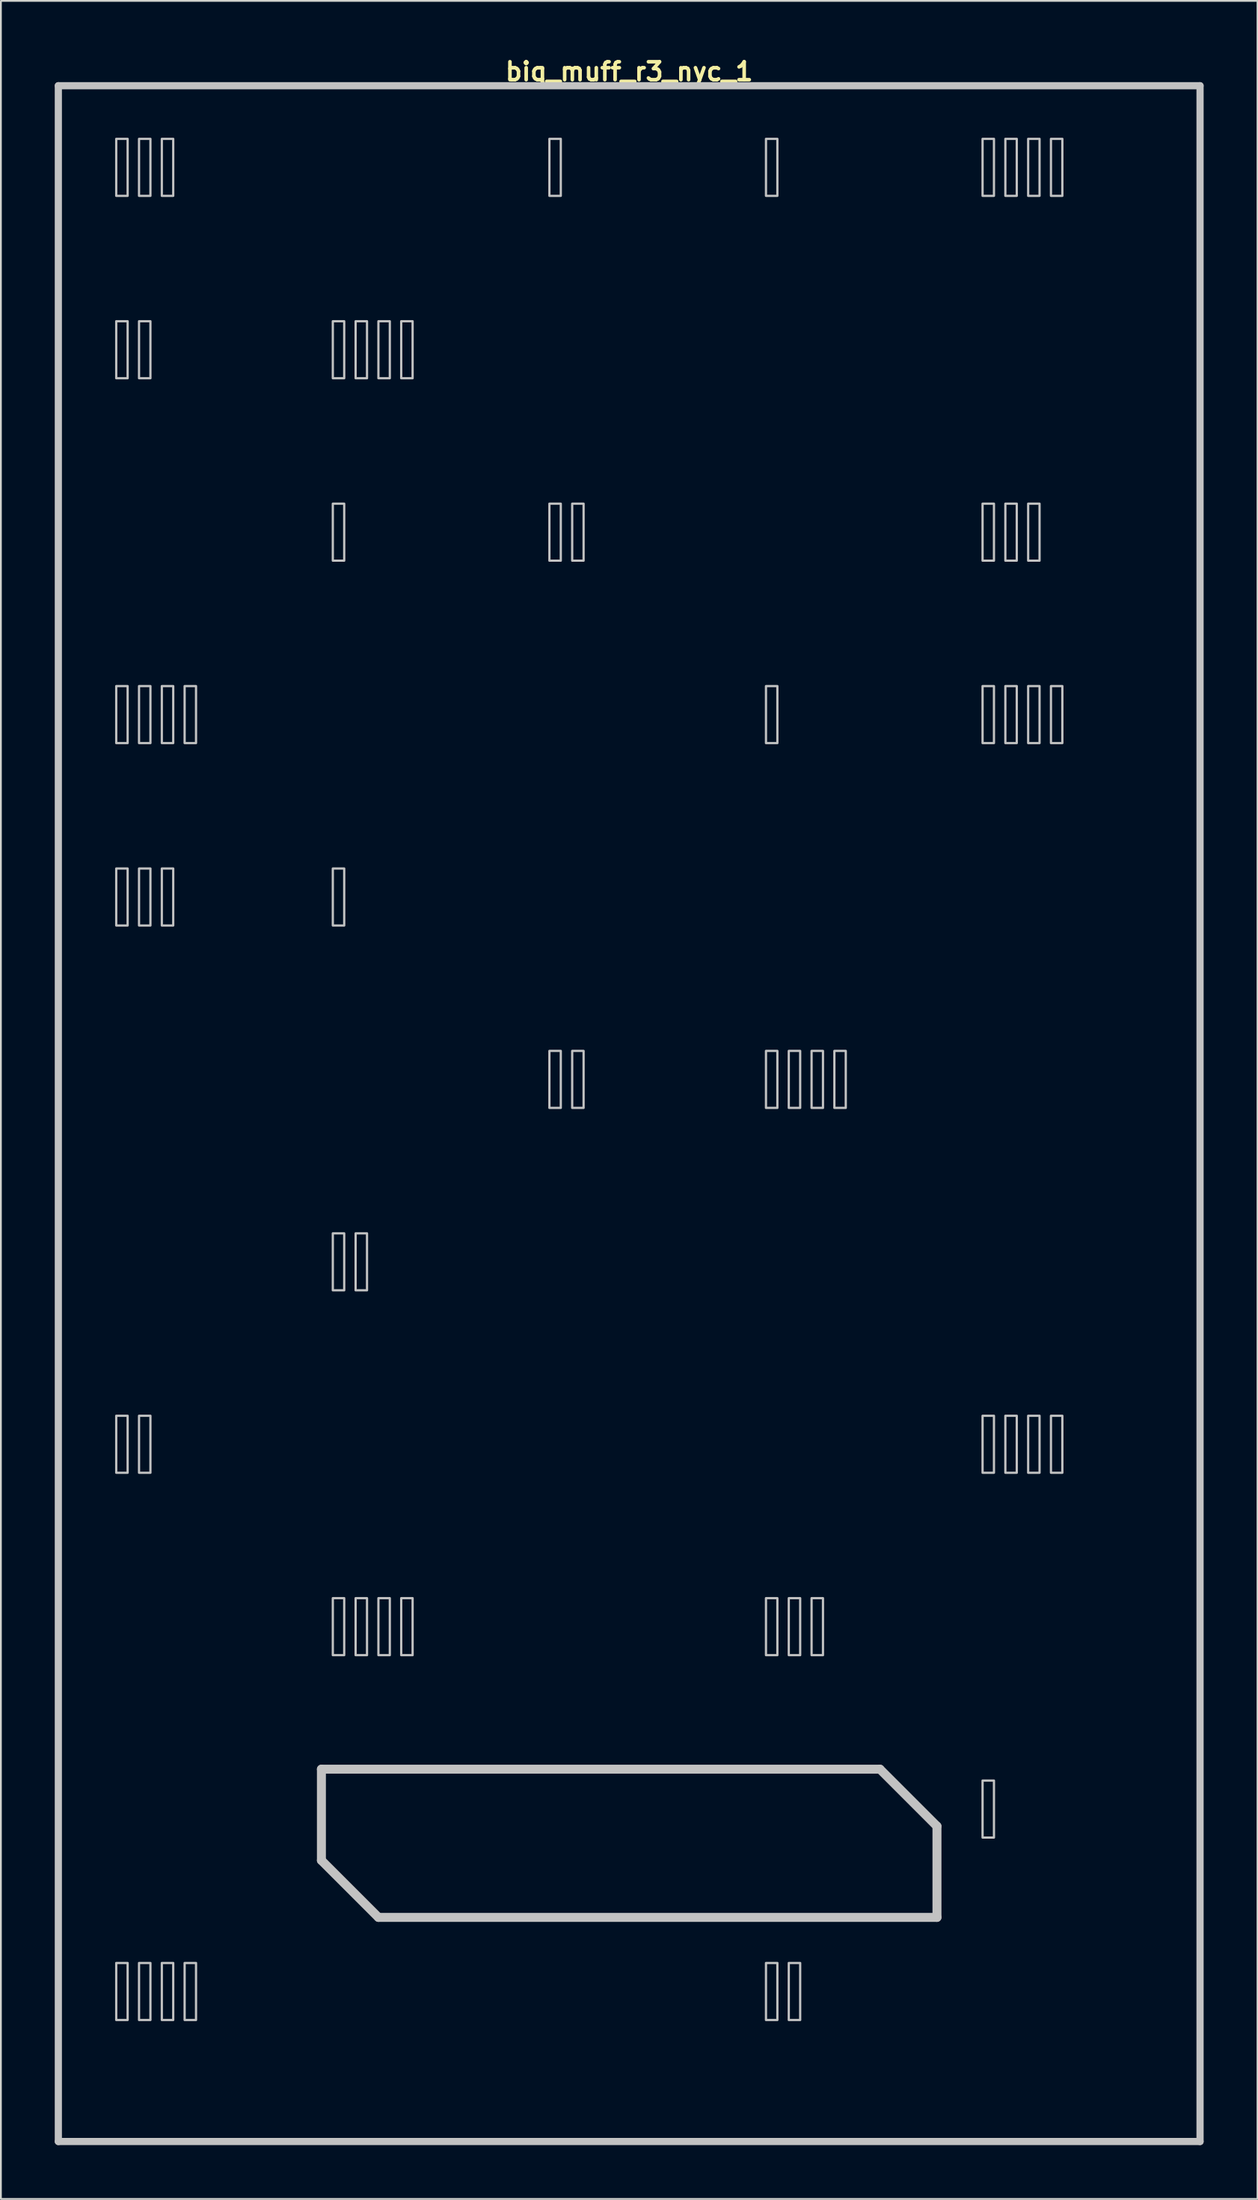
<source format=kicad_pcb>
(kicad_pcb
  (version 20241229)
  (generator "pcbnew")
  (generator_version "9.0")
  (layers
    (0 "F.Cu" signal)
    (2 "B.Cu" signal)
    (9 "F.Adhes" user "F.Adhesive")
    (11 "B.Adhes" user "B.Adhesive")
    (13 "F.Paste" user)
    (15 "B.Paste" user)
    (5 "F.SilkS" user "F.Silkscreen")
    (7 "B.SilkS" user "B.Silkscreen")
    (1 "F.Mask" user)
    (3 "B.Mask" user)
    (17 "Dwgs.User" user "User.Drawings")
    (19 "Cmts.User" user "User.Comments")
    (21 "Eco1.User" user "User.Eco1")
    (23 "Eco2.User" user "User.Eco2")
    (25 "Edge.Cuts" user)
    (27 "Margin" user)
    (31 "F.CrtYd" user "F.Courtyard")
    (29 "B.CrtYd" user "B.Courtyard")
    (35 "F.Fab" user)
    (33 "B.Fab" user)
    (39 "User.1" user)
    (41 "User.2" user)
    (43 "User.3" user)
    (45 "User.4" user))
  (footprint "big_muff_r3_nyc_1"
    (layer "F.Cu")
    (at 32 58.975)
    (property "Reference" "big_muff_r3_nyc_1" (at 0 -58.039 0) (layer "F.SilkS") (effects (font (size 1 1) (thickness 0.2))))
    (attr through_hole)
    (fp_line (start -31.8 -57.25) (end -31.8 57.25) (stroke (width 0.4) (type solid)) (layer "Dwgs.User"))
    (fp_line (start -31.8 -57.25) (end 31.8 -57.25) (stroke (width 0.4) (type solid)) (layer "Dwgs.User"))
    (fp_line (start -31.8 57.25) (end 31.8 57.25) (stroke (width 0.4) (type solid)) (layer "Dwgs.User"))
    (fp_line (start -17.145 36.513) (end -17.145 41.593) (stroke (width 0.5) (type solid)) (layer "Dwgs.User"))
    (fp_line (start -17.145 36.513) (end 13.97 36.513) (stroke (width 0.5) (type solid)) (layer "Dwgs.User"))
    (fp_line (start -17.145 41.593) (end -13.97 44.767) (stroke (width 0.5) (type solid)) (layer "Dwgs.User"))
    (fp_line (start -13.97 44.767) (end 17.145 44.767) (stroke (width 0.5) (type solid)) (layer "Dwgs.User"))
    (fp_line (start 13.97 36.513) (end 17.145 39.688) (stroke (width 0.5) (type solid)) (layer "Dwgs.User"))
    (fp_line (start 17.145 39.688) (end 17.145 44.767) (stroke (width 0.5) (type solid)) (layer "Dwgs.User"))
    (fp_line (start 31.8 -57.25) (end 31.8 57.25) (stroke (width 0.4) (type solid)) (layer "Dwgs.User"))
    (fp_poly (pts (xy -27.94 -51.117) (xy -28.575 -51.117) (xy -28.575 -54.292) (xy -27.94 -54.292)) (stroke (width 0.125) (type solid)) (fill no) (layer "Dwgs.User"))
    (fp_poly (pts (xy -27.94 -40.958) (xy -28.575 -40.958) (xy -28.575 -44.133) (xy -27.94 -44.133)) (stroke (width 0.125) (type solid)) (fill no) (layer "Dwgs.User"))
    (fp_poly (pts (xy -27.94 -20.637) (xy -28.575 -20.637) (xy -28.575 -23.812) (xy -27.94 -23.812)) (stroke (width 0.125) (type solid)) (fill no) (layer "Dwgs.User"))
    (fp_poly (pts (xy -27.94 -10.477) (xy -28.575 -10.477) (xy -28.575 -13.652) (xy -27.94 -13.652)) (stroke (width 0.125) (type solid)) (fill no) (layer "Dwgs.User"))
    (fp_poly (pts (xy -27.94 20.003) (xy -28.575 20.003) (xy -28.575 16.828) (xy -27.94 16.828)) (stroke (width 0.125) (type solid)) (fill no) (layer "Dwgs.User"))
    (fp_poly (pts (xy -27.94 50.483) (xy -28.575 50.483) (xy -28.575 47.307) (xy -27.94 47.307)) (stroke (width 0.125) (type solid)) (fill no) (layer "Dwgs.User"))
    (fp_poly (pts (xy -26.67 -51.117) (xy -27.305 -51.117) (xy -27.305 -54.292) (xy -26.67 -54.292)) (stroke (width 0.125) (type solid)) (fill no) (layer "Dwgs.User"))
    (fp_poly (pts (xy -26.67 -40.958) (xy -27.305 -40.958) (xy -27.305 -44.133) (xy -26.67 -44.133)) (stroke (width 0.125) (type solid)) (fill no) (layer "Dwgs.User"))
    (fp_poly (pts (xy -26.67 -20.637) (xy -27.305 -20.637) (xy -27.305 -23.812) (xy -26.67 -23.812)) (stroke (width 0.125) (type solid)) (fill no) (layer "Dwgs.User"))
    (fp_poly (pts (xy -26.67 -10.477) (xy -27.305 -10.477) (xy -27.305 -13.652) (xy -26.67 -13.652)) (stroke (width 0.125) (type solid)) (fill no) (layer "Dwgs.User"))
    (fp_poly (pts (xy -26.67 20.003) (xy -27.305 20.003) (xy -27.305 16.828) (xy -26.67 16.828)) (stroke (width 0.125) (type solid)) (fill no) (layer "Dwgs.User"))
    (fp_poly (pts (xy -26.67 50.483) (xy -27.305 50.483) (xy -27.305 47.307) (xy -26.67 47.307)) (stroke (width 0.125) (type solid)) (fill no) (layer "Dwgs.User"))
    (fp_poly (pts (xy -25.4 -51.117) (xy -26.035 -51.117) (xy -26.035 -54.292) (xy -25.4 -54.292)) (stroke (width 0.125) (type solid)) (fill no) (layer "Dwgs.User"))
    (fp_poly (pts (xy -25.4 -20.637) (xy -26.035 -20.637) (xy -26.035 -23.812) (xy -25.4 -23.812)) (stroke (width 0.125) (type solid)) (fill no) (layer "Dwgs.User"))
    (fp_poly (pts (xy -25.4 -10.477) (xy -26.035 -10.477) (xy -26.035 -13.652) (xy -25.4 -13.652)) (stroke (width 0.125) (type solid)) (fill no) (layer "Dwgs.User"))
    (fp_poly (pts (xy -25.4 50.483) (xy -26.035 50.483) (xy -26.035 47.307) (xy -25.4 47.307)) (stroke (width 0.125) (type solid)) (fill no) (layer "Dwgs.User"))
    (fp_poly (pts (xy -24.13 -20.637) (xy -24.765 -20.637) (xy -24.765 -23.812) (xy -24.13 -23.812)) (stroke (width 0.125) (type solid)) (fill no) (layer "Dwgs.User"))
    (fp_poly (pts (xy -24.13 50.483) (xy -24.765 50.483) (xy -24.765 47.307) (xy -24.13 47.307)) (stroke (width 0.125) (type solid)) (fill no) (layer "Dwgs.User"))
    (fp_poly (pts (xy -15.875 -40.958) (xy -16.51 -40.958) (xy -16.51 -44.133) (xy -15.875 -44.133)) (stroke (width 0.125) (type solid)) (fill no) (layer "Dwgs.User"))
    (fp_poly (pts (xy -15.875 -30.797) (xy -16.51 -30.797) (xy -16.51 -33.972) (xy -15.875 -33.972)) (stroke (width 0.125) (type solid)) (fill no) (layer "Dwgs.User"))
    (fp_poly (pts (xy -15.875 -10.477) (xy -16.51 -10.477) (xy -16.51 -13.652) (xy -15.875 -13.652)) (stroke (width 0.125) (type solid)) (fill no) (layer "Dwgs.User"))
    (fp_poly (pts (xy -15.875 9.842) (xy -16.51 9.842) (xy -16.51 6.668) (xy -15.875 6.668)) (stroke (width 0.125) (type solid)) (fill no) (layer "Dwgs.User"))
    (fp_poly (pts (xy -15.875 30.163) (xy -16.51 30.163) (xy -16.51 26.988) (xy -15.875 26.988)) (stroke (width 0.125) (type solid)) (fill no) (layer "Dwgs.User"))
    (fp_poly (pts (xy -14.605 -40.958) (xy -15.24 -40.958) (xy -15.24 -44.133) (xy -14.605 -44.133)) (stroke (width 0.125) (type solid)) (fill no) (layer "Dwgs.User"))
    (fp_poly (pts (xy -14.605 9.842) (xy -15.24 9.842) (xy -15.24 6.668) (xy -14.605 6.668)) (stroke (width 0.125) (type solid)) (fill no) (layer "Dwgs.User"))
    (fp_poly (pts (xy -14.605 30.163) (xy -15.24 30.163) (xy -15.24 26.988) (xy -14.605 26.988)) (stroke (width 0.125) (type solid)) (fill no) (layer "Dwgs.User"))
    (fp_poly (pts (xy -13.335 -40.958) (xy -13.97 -40.958) (xy -13.97 -44.133) (xy -13.335 -44.133)) (stroke (width 0.125) (type solid)) (fill no) (layer "Dwgs.User"))
    (fp_poly (pts (xy -13.335 30.163) (xy -13.97 30.163) (xy -13.97 26.988) (xy -13.335 26.988)) (stroke (width 0.125) (type solid)) (fill no) (layer "Dwgs.User"))
    (fp_poly (pts (xy -12.065 -40.958) (xy -12.7 -40.958) (xy -12.7 -44.133) (xy -12.065 -44.133)) (stroke (width 0.125) (type solid)) (fill no) (layer "Dwgs.User"))
    (fp_poly (pts (xy -12.065 30.163) (xy -12.7 30.163) (xy -12.7 26.988) (xy -12.065 26.988)) (stroke (width 0.125) (type solid)) (fill no) (layer "Dwgs.User"))
    (fp_poly (pts (xy -3.81 -51.117) (xy -4.445 -51.117) (xy -4.445 -54.292) (xy -3.81 -54.292)) (stroke (width 0.125) (type solid)) (fill no) (layer "Dwgs.User"))
    (fp_poly (pts (xy -3.81 -30.797) (xy -4.445 -30.797) (xy -4.445 -33.972) (xy -3.81 -33.972)) (stroke (width 0.125) (type solid)) (fill no) (layer "Dwgs.User"))
    (fp_poly (pts (xy -3.81 -0.318) (xy -4.445 -0.318) (xy -4.445 -3.493) (xy -3.81 -3.493)) (stroke (width 0.125) (type solid)) (fill no) (layer "Dwgs.User"))
    (fp_poly (pts (xy -2.54 -30.797) (xy -3.175 -30.797) (xy -3.175 -33.972) (xy -2.54 -33.972)) (stroke (width 0.125) (type solid)) (fill no) (layer "Dwgs.User"))
    (fp_poly (pts (xy -2.54 -0.318) (xy -3.175 -0.318) (xy -3.175 -3.493) (xy -2.54 -3.493)) (stroke (width 0.125) (type solid)) (fill no) (layer "Dwgs.User"))
    (fp_poly (pts (xy 8.255 -51.117) (xy 7.62 -51.117) (xy 7.62 -54.292) (xy 8.255 -54.292)) (stroke (width 0.125) (type solid)) (fill no) (layer "Dwgs.User"))
    (fp_poly (pts (xy 8.255 -20.637) (xy 7.62 -20.637) (xy 7.62 -23.812) (xy 8.255 -23.812)) (stroke (width 0.125) (type solid)) (fill no) (layer "Dwgs.User"))
    (fp_poly (pts (xy 8.255 -0.318) (xy 7.62 -0.318) (xy 7.62 -3.493) (xy 8.255 -3.493)) (stroke (width 0.125) (type solid)) (fill no) (layer "Dwgs.User"))
    (fp_poly (pts (xy 8.255 30.163) (xy 7.62 30.163) (xy 7.62 26.988) (xy 8.255 26.988)) (stroke (width 0.125) (type solid)) (fill no) (layer "Dwgs.User"))
    (fp_poly (pts (xy 8.255 50.483) (xy 7.62 50.483) (xy 7.62 47.307) (xy 8.255 47.307)) (stroke (width 0.125) (type solid)) (fill no) (layer "Dwgs.User"))
    (fp_poly (pts (xy 9.525 -0.318) (xy 8.89 -0.318) (xy 8.89 -3.493) (xy 9.525 -3.493)) (stroke (width 0.125) (type solid)) (fill no) (layer "Dwgs.User"))
    (fp_poly (pts (xy 9.525 30.163) (xy 8.89 30.163) (xy 8.89 26.988) (xy 9.525 26.988)) (stroke (width 0.125) (type solid)) (fill no) (layer "Dwgs.User"))
    (fp_poly (pts (xy 9.525 50.483) (xy 8.89 50.483) (xy 8.89 47.307) (xy 9.525 47.307)) (stroke (width 0.125) (type solid)) (fill no) (layer "Dwgs.User"))
    (fp_poly (pts (xy 10.795 -0.318) (xy 10.16 -0.318) (xy 10.16 -3.493) (xy 10.795 -3.493)) (stroke (width 0.125) (type solid)) (fill no) (layer "Dwgs.User"))
    (fp_poly (pts (xy 10.795 30.163) (xy 10.16 30.163) (xy 10.16 26.988) (xy 10.795 26.988)) (stroke (width 0.125) (type solid)) (fill no) (layer "Dwgs.User"))
    (fp_poly (pts (xy 12.065 -0.318) (xy 11.43 -0.318) (xy 11.43 -3.493) (xy 12.065 -3.493)) (stroke (width 0.125) (type solid)) (fill no) (layer "Dwgs.User"))
    (fp_poly (pts (xy 20.32 -51.117) (xy 19.685 -51.117) (xy 19.685 -54.292) (xy 20.32 -54.292)) (stroke (width 0.125) (type solid)) (fill no) (layer "Dwgs.User"))
    (fp_poly (pts (xy 20.32 -30.797) (xy 19.685 -30.797) (xy 19.685 -33.972) (xy 20.32 -33.972)) (stroke (width 0.125) (type solid)) (fill no) (layer "Dwgs.User"))
    (fp_poly (pts (xy 20.32 -20.637) (xy 19.685 -20.637) (xy 19.685 -23.812) (xy 20.32 -23.812)) (stroke (width 0.125) (type solid)) (fill no) (layer "Dwgs.User"))
    (fp_poly (pts (xy 20.32 20.003) (xy 19.685 20.003) (xy 19.685 16.828) (xy 20.32 16.828)) (stroke (width 0.125) (type solid)) (fill no) (layer "Dwgs.User"))
    (fp_poly (pts (xy 20.32 40.322) (xy 19.685 40.322) (xy 19.685 37.148) (xy 20.32 37.148)) (stroke (width 0.125) (type solid)) (fill no) (layer "Dwgs.User"))
    (fp_poly (pts (xy 21.59 -51.117) (xy 20.955 -51.117) (xy 20.955 -54.292) (xy 21.59 -54.292)) (stroke (width 0.125) (type solid)) (fill no) (layer "Dwgs.User"))
    (fp_poly (pts (xy 21.59 -30.797) (xy 20.955 -30.797) (xy 20.955 -33.972) (xy 21.59 -33.972)) (stroke (width 0.125) (type solid)) (fill no) (layer "Dwgs.User"))
    (fp_poly (pts (xy 21.59 -20.637) (xy 20.955 -20.637) (xy 20.955 -23.812) (xy 21.59 -23.812)) (stroke (width 0.125) (type solid)) (fill no) (layer "Dwgs.User"))
    (fp_poly (pts (xy 21.59 20.003) (xy 20.955 20.003) (xy 20.955 16.828) (xy 21.59 16.828)) (stroke (width 0.125) (type solid)) (fill no) (layer "Dwgs.User"))
    (fp_poly (pts (xy 22.86 -51.117) (xy 22.225 -51.117) (xy 22.225 -54.292) (xy 22.86 -54.292)) (stroke (width 0.125) (type solid)) (fill no) (layer "Dwgs.User"))
    (fp_poly (pts (xy 22.86 -30.797) (xy 22.225 -30.797) (xy 22.225 -33.972) (xy 22.86 -33.972)) (stroke (width 0.125) (type solid)) (fill no) (layer "Dwgs.User"))
    (fp_poly (pts (xy 22.86 -20.637) (xy 22.225 -20.637) (xy 22.225 -23.812) (xy 22.86 -23.812)) (stroke (width 0.125) (type solid)) (fill no) (layer "Dwgs.User"))
    (fp_poly (pts (xy 22.86 20.003) (xy 22.225 20.003) (xy 22.225 16.828) (xy 22.86 16.828)) (stroke (width 0.125) (type solid)) (fill no) (layer "Dwgs.User"))
    (fp_poly (pts (xy 24.13 -51.117) (xy 23.495 -51.117) (xy 23.495 -54.292) (xy 24.13 -54.292)) (stroke (width 0.125) (type solid)) (fill no) (layer "Dwgs.User"))
    (fp_poly (pts (xy 24.13 -20.637) (xy 23.495 -20.637) (xy 23.495 -23.812) (xy 24.13 -23.812)) (stroke (width 0.125) (type solid)) (fill no) (layer "Dwgs.User"))
    (fp_poly (pts (xy 24.13 20.003) (xy 23.495 20.003) (xy 23.495 16.828) (xy 24.13 16.828)) (stroke (width 0.125) (type solid)) (fill no) (layer "Dwgs.User"))
    (fp_line (start -31.8 -57.25) (end -31.8 57.25) (stroke (width 0.4) (type solid)) (layer "Eco1.User"))
    (fp_line (start -31.8 -57.25) (end 31.8 -57.25) (stroke (width 0.4) (type solid)) (layer "Eco1.User"))
    (fp_line (start -31.8 57.25) (end 31.8 57.25) (stroke (width 0.4) (type solid)) (layer "Eco1.User"))
    (fp_line (start -30.45 -55.75) (end -30.45 55.75) (stroke (width 0.4) (type solid)) (layer "Eco1.User"))
    (fp_line (start -30.45 -55.75) (end 30.45 -55.75) (stroke (width 0.4) (type solid)) (layer "Eco1.User"))
    (fp_line (start -30.45 55.75) (end 30.45 55.75) (stroke (width 0.4) (type solid)) (layer "Eco1.User"))
    (fp_line (start 30.45 -55.75) (end 30.45 55.75) (stroke (width 0.4) (type solid)) (layer "Eco1.User"))
    (fp_line (start 31.8 -57.25) (end 31.8 57.25) (stroke (width 0.4) (type solid)) (layer "Eco1.User"))
    (fp_circle (center -19.05 -40.44) (end -15.35 -40.44) (stroke (width 0.4) (type solid)) (fill no) (layer "Eco1.User"))
    (fp_circle (center -19.05 -40.44) (end -9.55 -40.44) (stroke (width 0.4) (type solid)) (fill no) (layer "Eco1.User"))
    (fp_circle (center -8.89 -50.8) (end -7.39 -50.8) (stroke (width 0.4) (type solid)) (fill no) (layer "Eco1.User"))
    (fp_circle (center -8.89 -50.8) (end -5.39 -50.8) (stroke (width 0.4) (type solid)) (fill no) (layer "Eco1.User"))
    (fp_circle (center 0 -26.47) (end 3.7 -26.47) (stroke (width 0.4) (type solid)) (fill no) (layer "Eco1.User"))
    (fp_circle (center 0 -26.47) (end 9.5 -26.47) (stroke (width 0.4) (type solid)) (fill no) (layer "Eco1.User"))
    (fp_circle (center 0 -7.62) (end 2.65 -7.62) (stroke (width 0.4) (type solid)) (fill no) (layer "Eco1.User"))
    (fp_circle (center 0 19.05) (end 6.5 19.05) (stroke (width 0.4) (type solid)) (fill no) (layer "Eco1.User"))
    (fp_circle (center 0 19.05) (end 9.75 19.05) (stroke (width 0.4) (type solid)) (fill no) (layer "Eco1.User"))
    (fp_circle (center 8.89 -50.8) (end 10.39 -50.8) (stroke (width 0.4) (type solid)) (fill no) (layer "Eco1.User"))
    (fp_circle (center 8.89 -50.8) (end 12.39 -50.8) (stroke (width 0.4) (type solid)) (fill no) (layer "Eco1.User"))
    (fp_circle (center 19.05 -40.44) (end 22.75 -40.44) (stroke (width 0.4) (type solid)) (fill no) (layer "Eco1.User"))
    (fp_circle (center 19.05 -40.44) (end 28.55 -40.44) (stroke (width 0.4) (type solid)) (fill no) (layer "Eco1.User"))
    (fp_line (start -31.8 -57.25) (end -31.8 57.25) (stroke (width 0.4) (type solid)) (layer "Eco2.User"))
    (fp_line (start -31.8 -57.25) (end 31.8 -57.25) (stroke (width 0.4) (type solid)) (layer "Eco2.User"))
    (fp_line (start -31.8 57.25) (end 31.8 57.25) (stroke (width 0.4) (type solid)) (layer "Eco2.User"))
    (fp_line (start -29.21 -54.928) (end -29.21 -49.847) (stroke (width 0.5) (type solid)) (layer "Eco2.User"))
    (fp_line (start -29.21 -54.928) (end -22.225 -54.928) (stroke (width 0.5) (type solid)) (layer "Eco2.User"))
    (fp_line (start -29.21 -49.847) (end -26.035 -46.672) (stroke (width 0.5) (type solid)) (layer "Eco2.User"))
    (fp_line (start -29.21 -44.767) (end -29.21 -39.688) (stroke (width 0.5) (type solid)) (layer "Eco2.User"))
    (fp_line (start -29.21 -44.767) (end -22.225 -44.767) (stroke (width 0.5) (type solid)) (layer "Eco2.User"))
    (fp_line (start -29.21 -39.688) (end -26.035 -36.513) (stroke (width 0.5) (type solid)) (layer "Eco2.User"))
    (fp_line (start -29.21 -34.608) (end -29.21 -29.527) (stroke (width 0.5) (type solid)) (layer "Eco2.User"))
    (fp_line (start -29.21 -34.608) (end -22.225 -34.608) (stroke (width 0.5) (type solid)) (layer "Eco2.User"))
    (fp_line (start -29.21 -29.527) (end -28.575 -28.892) (stroke (width 0.5) (type solid)) (layer "Eco2.User"))
    (fp_line (start -29.21 -24.448) (end -29.21 -19.367) (stroke (width 0.5) (type solid)) (layer "Eco2.User"))
    (fp_line (start -29.21 -24.448) (end -22.225 -24.448) (stroke (width 0.5) (type solid)) (layer "Eco2.User"))
    (fp_line (start -29.21 -19.367) (end -26.035 -16.192) (stroke (width 0.5) (type solid)) (layer "Eco2.User"))
    (fp_line (start -29.21 -14.287) (end -29.21 -9.207) (stroke (width 0.5) (type solid)) (layer "Eco2.User"))
    (fp_line (start -29.21 -14.287) (end -22.225 -14.287) (stroke (width 0.5) (type solid)) (layer "Eco2.User"))
    (fp_line (start -29.21 -9.207) (end -26.035 -6.032) (stroke (width 0.5) (type solid)) (layer "Eco2.User"))
    (fp_line (start -29.21 -4.128) (end -29.21 0.953) (stroke (width 0.5) (type solid)) (layer "Eco2.User"))
    (fp_line (start -29.21 -4.128) (end -22.225 -4.128) (stroke (width 0.5) (type solid)) (layer "Eco2.User"))
    (fp_line (start -29.21 0.953) (end -26.035 4.128) (stroke (width 0.5) (type solid)) (layer "Eco2.User"))
    (fp_line (start -29.21 6.032) (end -29.21 11.113) (stroke (width 0.5) (type solid)) (layer "Eco2.User"))
    (fp_line (start -29.21 6.032) (end -22.225 6.032) (stroke (width 0.5) (type solid)) (layer "Eco2.User"))
    (fp_line (start -29.21 11.113) (end -26.035 14.287) (stroke (width 0.5) (type solid)) (layer "Eco2.User"))
    (fp_line (start -29.21 16.192) (end -29.21 21.273) (stroke (width 0.5) (type solid)) (layer "Eco2.User"))
    (fp_line (start -29.21 16.192) (end -22.225 16.192) (stroke (width 0.5) (type solid)) (layer "Eco2.User"))
    (fp_line (start -29.21 21.273) (end -26.035 24.448) (stroke (width 0.5) (type solid)) (layer "Eco2.User"))
    (fp_line (start -29.21 26.352) (end -29.21 31.433) (stroke (width 0.5) (type solid)) (layer "Eco2.User"))
    (fp_line (start -29.21 26.352) (end -22.225 26.352) (stroke (width 0.5) (type solid)) (layer "Eco2.User"))
    (fp_line (start -29.21 31.433) (end -26.035 34.608) (stroke (width 0.5) (type solid)) (layer "Eco2.User"))
    (fp_line (start -29.21 36.513) (end -29.21 41.593) (stroke (width 0.5) (type solid)) (layer "Eco2.User"))
    (fp_line (start -29.21 36.513) (end -22.225 36.513) (stroke (width 0.5) (type solid)) (layer "Eco2.User"))
    (fp_line (start -29.21 41.593) (end -26.035 44.767) (stroke (width 0.5) (type solid)) (layer "Eco2.User"))
    (fp_line (start -29.21 46.672) (end -29.21 51.752) (stroke (width 0.5) (type solid)) (layer "Eco2.User"))
    (fp_line (start -29.21 46.672) (end 1.905 46.672) (stroke (width 0.5) (type solid)) (layer "Eco2.User"))
    (fp_line (start -29.21 51.752) (end -26.035 54.928) (stroke (width 0.5) (type solid)) (layer "Eco2.User"))
    (fp_line (start -26.035 -46.672) (end -19.05 -46.672) (stroke (width 0.5) (type solid)) (layer "Eco2.User"))
    (fp_line (start -26.035 -36.513) (end -19.05 -36.513) (stroke (width 0.5) (type solid)) (layer "Eco2.User"))
    (fp_line (start -26.035 -16.192) (end -19.05 -16.192) (stroke (width 0.5) (type solid)) (layer "Eco2.User"))
    (fp_line (start -26.035 -6.032) (end -19.05 -6.032) (stroke (width 0.5) (type solid)) (layer "Eco2.User"))
    (fp_line (start -26.035 4.128) (end -19.05 4.128) (stroke (width 0.5) (type solid)) (layer "Eco2.User"))
    (fp_line (start -26.035 14.287) (end -19.05 14.287) (stroke (width 0.5) (type solid)) (layer "Eco2.User"))
    (fp_line (start -26.035 24.448) (end -19.05 24.448) (stroke (width 0.5) (type solid)) (layer "Eco2.User"))
    (fp_line (start -26.035 34.608) (end -19.05 34.608) (stroke (width 0.5) (type solid)) (layer "Eco2.User"))
    (fp_line (start -26.035 44.767) (end -19.05 44.767) (stroke (width 0.5) (type solid)) (layer "Eco2.User"))
    (fp_line (start -26.035 54.928) (end 5.08 54.928) (stroke (width 0.5) (type solid)) (layer "Eco2.User"))
    (fp_line (start -22.225 -54.928) (end -19.05 -51.752) (stroke (width 0.5) (type solid)) (layer "Eco2.User"))
    (fp_line (start -22.225 -44.767) (end -19.05 -41.593) (stroke (width 0.5) (type solid)) (layer "Eco2.User"))
    (fp_line (start -22.225 -34.608) (end -19.05 -31.433) (stroke (width 0.5) (type solid)) (layer "Eco2.User"))
    (fp_line (start -22.225 -24.448) (end -19.05 -21.273) (stroke (width 0.5) (type solid)) (layer "Eco2.User"))
    (fp_line (start -22.225 -14.287) (end -19.05 -11.113) (stroke (width 0.5) (type solid)) (layer "Eco2.User"))
    (fp_line (start -22.225 -4.128) (end -19.05 -0.953) (stroke (width 0.5) (type solid)) (layer "Eco2.User"))
    (fp_line (start -22.225 6.032) (end -19.05 9.207) (stroke (width 0.5) (type solid)) (layer "Eco2.User"))
    (fp_line (start -22.225 16.192) (end -19.05 19.367) (stroke (width 0.5) (type solid)) (layer "Eco2.User"))
    (fp_line (start -22.225 26.352) (end -19.05 29.527) (stroke (width 0.5) (type solid)) (layer "Eco2.User"))
    (fp_line (start -22.225 36.513) (end -19.05 39.688) (stroke (width 0.5) (type solid)) (layer "Eco2.User"))
    (fp_line (start -19.05 -51.752) (end -19.05 -46.672) (stroke (width 0.5) (type solid)) (layer "Eco2.User"))
    (fp_line (start -19.05 -41.593) (end -19.05 -36.513) (stroke (width 0.5) (type solid)) (layer "Eco2.User"))
    (fp_line (start -19.05 -31.433) (end -19.05 -29.845) (stroke (width 0.5) (type solid)) (layer "Eco2.User"))
    (fp_line (start -19.05 -21.273) (end -19.05 -16.192) (stroke (width 0.5) (type solid)) (layer "Eco2.User"))
    (fp_line (start -19.05 -11.113) (end -19.05 -6.032) (stroke (width 0.5) (type solid)) (layer "Eco2.User"))
    (fp_line (start -19.05 -0.953) (end -19.05 4.128) (stroke (width 0.5) (type solid)) (layer "Eco2.User"))
    (fp_line (start -19.05 9.207) (end -19.05 14.287) (stroke (width 0.5) (type solid)) (layer "Eco2.User"))
    (fp_line (start -19.05 19.367) (end -19.05 24.448) (stroke (width 0.5) (type solid)) (layer "Eco2.User"))
    (fp_line (start -19.05 29.527) (end -19.05 34.608) (stroke (width 0.5) (type solid)) (layer "Eco2.User"))
    (fp_line (start -19.05 39.688) (end -19.05 44.767) (stroke (width 0.5) (type solid)) (layer "Eco2.User"))
    (fp_line (start -17.145 -54.928) (end -17.145 -49.847) (stroke (width 0.5) (type solid)) (layer "Eco2.User"))
    (fp_line (start -17.145 -54.928) (end -10.16 -54.928) (stroke (width 0.5) (type solid)) (layer "Eco2.User"))
    (fp_line (start -17.145 -49.847) (end -13.97 -46.672) (stroke (width 0.5) (type solid)) (layer "Eco2.User"))
    (fp_line (start -17.145 -44.767) (end -17.145 -39.688) (stroke (width 0.5) (type solid)) (layer "Eco2.User"))
    (fp_line (start -17.145 -44.767) (end 13.97 -44.767) (stroke (width 0.5) (type solid)) (layer "Eco2.User"))
    (fp_line (start -17.145 -39.688) (end -13.97 -36.513) (stroke (width 0.5) (type solid)) (layer "Eco2.User"))
    (fp_line (start -17.145 -34.608) (end -17.145 -29.845) (stroke (width 0.5) (type solid)) (layer "Eco2.User"))
    (fp_line (start -17.145 -34.608) (end -10.16 -34.608) (stroke (width 0.5) (type solid)) (layer "Eco2.User"))
    (fp_line (start -17.145 -24.448) (end -17.145 -19.367) (stroke (width 0.5) (type solid)) (layer "Eco2.User"))
    (fp_line (start -17.145 -24.448) (end -10.16 -24.448) (stroke (width 0.5) (type solid)) (layer "Eco2.User"))
    (fp_line (start -17.145 -19.367) (end -13.97 -16.192) (stroke (width 0.5) (type solid)) (layer "Eco2.User"))
    (fp_line (start -17.145 -14.287) (end -17.145 -9.207) (stroke (width 0.5) (type solid)) (layer "Eco2.User"))
    (fp_line (start -17.145 -14.287) (end -10.16 -14.287) (stroke (width 0.5) (type solid)) (layer "Eco2.User"))
    (fp_line (start -17.145 -9.207) (end -13.97 -6.032) (stroke (width 0.5) (type solid)) (layer "Eco2.User"))
    (fp_line (start -17.145 -4.128) (end -17.145 0.953) (stroke (width 0.5) (type solid)) (layer "Eco2.User"))
    (fp_line (start -17.145 -4.128) (end -10.16 -4.128) (stroke (width 0.5) (type solid)) (layer "Eco2.User"))
    (fp_line (start -17.145 0.953) (end -13.97 4.128) (stroke (width 0.5) (type solid)) (layer "Eco2.User"))
    (fp_line (start -17.145 6.032) (end -17.145 11.113) (stroke (width 0.5) (type solid)) (layer "Eco2.User"))
    (fp_line (start -17.145 6.032) (end -10.16 6.032) (stroke (width 0.5) (type solid)) (layer "Eco2.User"))
    (fp_line (start -17.145 11.113) (end -13.97 14.287) (stroke (width 0.5) (type solid)) (layer "Eco2.User"))
    (fp_line (start -17.145 16.192) (end -17.145 21.273) (stroke (width 0.5) (type solid)) (layer "Eco2.User"))
    (fp_line (start -17.145 16.192) (end -10.16 16.192) (stroke (width 0.5) (type solid)) (layer "Eco2.User"))
    (fp_line (start -17.145 21.273) (end -13.97 24.448) (stroke (width 0.5) (type solid)) (layer "Eco2.User"))
    (fp_line (start -17.145 26.352) (end -17.145 31.433) (stroke (width 0.5) (type solid)) (layer "Eco2.User"))
    (fp_line (start -17.145 26.352) (end -10.16 26.352) (stroke (width 0.5) (type solid)) (layer "Eco2.User"))
    (fp_line (start -17.145 31.433) (end -13.97 34.608) (stroke (width 0.5) (type solid)) (layer "Eco2.User"))
    (fp_line (start -13.97 -46.672) (end -6.985 -46.672) (stroke (width 0.5) (type solid)) (layer "Eco2.User"))
    (fp_line (start -13.97 -36.513) (end 17.145 -36.513) (stroke (width 0.5) (type solid)) (layer "Eco2.User"))
    (fp_line (start -13.97 -16.192) (end -6.985 -16.192) (stroke (width 0.5) (type solid)) (layer "Eco2.User"))
    (fp_line (start -13.97 -6.032) (end -6.985 -6.032) (stroke (width 0.5) (type solid)) (layer "Eco2.User"))
    (fp_line (start -13.97 4.128) (end -6.985 4.128) (stroke (width 0.5) (type solid)) (layer "Eco2.User"))
    (fp_line (start -13.97 14.287) (end -6.985 14.287) (stroke (width 0.5) (type solid)) (layer "Eco2.User"))
    (fp_line (start -13.97 24.448) (end -6.985 24.448) (stroke (width 0.5) (type solid)) (layer "Eco2.User"))
    (fp_line (start -13.97 34.608) (end -6.985 34.608) (stroke (width 0.5) (type solid)) (layer "Eco2.User"))
    (fp_line (start -10.16 -54.928) (end -6.985 -51.752) (stroke (width 0.5) (type solid)) (layer "Eco2.User"))
    (fp_line (start -10.16 -34.608) (end -6.985 -31.433) (stroke (width 0.5) (type solid)) (layer "Eco2.User"))
    (fp_line (start -10.16 -24.448) (end -6.985 -21.273) (stroke (width 0.5) (type solid)) (layer "Eco2.User"))
    (fp_line (start -10.16 -14.287) (end -6.985 -11.113) (stroke (width 0.5) (type solid)) (layer "Eco2.User"))
    (fp_line (start -10.16 -4.128) (end -6.985 -0.953) (stroke (width 0.5) (type solid)) (layer "Eco2.User"))
    (fp_line (start -10.16 6.032) (end -6.985 9.207) (stroke (width 0.5) (type solid)) (layer "Eco2.User"))
    (fp_line (start -10.16 16.192) (end -6.985 19.367) (stroke (width 0.5) (type solid)) (layer "Eco2.User"))
    (fp_line (start -10.16 26.352) (end -6.985 29.527) (stroke (width 0.5) (type solid)) (layer "Eco2.User"))
    (fp_line (start -9.842 -26.352) (end -6.985 -26.352) (stroke (width 0.5) (type solid)) (layer "Eco2.User"))
    (fp_line (start -6.985 -51.752) (end -6.985 -46.672) (stroke (width 0.5) (type solid)) (layer "Eco2.User"))
    (fp_line (start -6.985 -31.433) (end -6.985 -26.352) (stroke (width 0.5) (type solid)) (layer "Eco2.User"))
    (fp_line (start -6.985 -21.273) (end -6.985 -16.192) (stroke (width 0.5) (type solid)) (layer "Eco2.User"))
    (fp_line (start -6.985 -11.113) (end -6.985 -6.032) (stroke (width 0.5) (type solid)) (layer "Eco2.User"))
    (fp_line (start -6.985 -0.953) (end -6.985 4.128) (stroke (width 0.5) (type solid)) (layer "Eco2.User"))
    (fp_line (start -6.985 9.207) (end -6.985 14.287) (stroke (width 0.5) (type solid)) (layer "Eco2.User"))
    (fp_line (start -6.985 19.367) (end -6.985 24.448) (stroke (width 0.5) (type solid)) (layer "Eco2.User"))
    (fp_line (start -6.985 29.527) (end -6.985 34.608) (stroke (width 0.5) (type solid)) (layer "Eco2.User"))
    (fp_line (start -5.715 -40.64) (end -4.445 -40.64) (stroke (width 0.25) (type solid)) (layer "Eco2.User"))
    (fp_line (start -5.08 -54.928) (end -5.08 -49.847) (stroke (width 0.5) (type solid)) (layer "Eco2.User"))
    (fp_line (start -5.08 -54.928) (end 1.905 -54.928) (stroke (width 0.5) (type solid)) (layer "Eco2.User"))
    (fp_line (start -5.08 -49.847) (end -1.905 -46.672) (stroke (width 0.5) (type solid)) (layer "Eco2.User"))
    (fp_line (start -5.08 -41.275) (end -5.08 -40.005) (stroke (width 0.25) (type solid)) (layer "Eco2.User"))
    (fp_line (start -5.08 -34.608) (end -5.08 -29.527) (stroke (width 0.5) (type solid)) (layer "Eco2.User"))
    (fp_line (start -5.08 -34.608) (end 1.905 -34.608) (stroke (width 0.5) (type solid)) (layer "Eco2.User"))
    (fp_line (start -5.08 -29.527) (end -1.905 -26.352) (stroke (width 0.5) (type solid)) (layer "Eco2.User"))
    (fp_line (start -5.08 -24.448) (end -5.08 -19.367) (stroke (width 0.5) (type solid)) (layer "Eco2.User"))
    (fp_line (start -5.08 -24.448) (end 1.905 -24.448) (stroke (width 0.5) (type solid)) (layer "Eco2.User"))
    (fp_line (start -5.08 -19.367) (end -1.905 -16.192) (stroke (width 0.5) (type solid)) (layer "Eco2.User"))
    (fp_line (start -5.08 -11.113) (end -5.08 -9.207) (stroke (width 0.5) (type solid)) (layer "Eco2.User"))
    (fp_line (start -5.08 -9.207) (end -1.905 -6.032) (stroke (width 0.5) (type solid)) (layer "Eco2.User"))
    (fp_line (start -5.08 -4.128) (end -5.08 0.953) (stroke (width 0.5) (type solid)) (layer "Eco2.User"))
    (fp_line (start -5.08 -4.128) (end 1.905 -4.128) (stroke (width 0.5) (type solid)) (layer "Eco2.User"))
    (fp_line (start -5.08 0.953) (end -1.905 4.128) (stroke (width 0.5) (type solid)) (layer "Eco2.User"))
    (fp_line (start -5.08 6.032) (end -5.08 11.113) (stroke (width 0.5) (type solid)) (layer "Eco2.User"))
    (fp_line (start -5.08 6.032) (end 1.905 6.032) (stroke (width 0.5) (type solid)) (layer "Eco2.User"))
    (fp_line (start -5.08 11.113) (end -1.905 14.287) (stroke (width 0.5) (type solid)) (layer "Eco2.User"))
    (fp_line (start -5.08 26.352) (end -5.08 31.433) (stroke (width 0.5) (type solid)) (layer "Eco2.User"))
    (fp_line (start -5.08 26.352) (end 1.905 26.352) (stroke (width 0.5) (type solid)) (layer "Eco2.User"))
    (fp_line (start -5.08 31.433) (end -1.905 34.608) (stroke (width 0.5) (type solid)) (layer "Eco2.User"))
    (fp_line (start -3.81 -40.64) (end -1.27 -40.64) (stroke (width 0.5) (type solid)) (layer "Eco2.User"))
    (fp_line (start -1.905 -46.672) (end 5.08 -46.672) (stroke (width 0.5) (type solid)) (layer "Eco2.User"))
    (fp_line (start -1.905 -26.352) (end 5.08 -26.352) (stroke (width 0.5) (type solid)) (layer "Eco2.User"))
    (fp_line (start -1.905 -16.192) (end 5.08 -16.192) (stroke (width 0.5) (type solid)) (layer "Eco2.User"))
    (fp_line (start -1.905 -6.032) (end 5.08 -6.032) (stroke (width 0.5) (type solid)) (layer "Eco2.User"))
    (fp_line (start -1.905 4.128) (end 5.08 4.128) (stroke (width 0.5) (type solid)) (layer "Eco2.User"))
    (fp_line (start -1.905 14.287) (end 5.08 14.287) (stroke (width 0.5) (type solid)) (layer "Eco2.User"))
    (fp_line (start -1.905 34.608) (end 5.08 34.608) (stroke (width 0.5) (type solid)) (layer "Eco2.User"))
    (fp_line (start 0 -40.64) (end 3.81 -40.64) (stroke (width 0.5) (type solid)) (layer "Eco2.User"))
    (fp_line (start 1.905 -54.928) (end 5.08 -51.752) (stroke (width 0.5) (type solid)) (layer "Eco2.User"))
    (fp_line (start 1.905 -34.608) (end 5.08 -31.433) (stroke (width 0.5) (type solid)) (layer "Eco2.User"))
    (fp_line (start 1.905 -24.448) (end 5.08 -21.273) (stroke (width 0.5) (type solid)) (layer "Eco2.User"))
    (fp_line (start 1.905 -4.128) (end 5.08 -0.953) (stroke (width 0.5) (type solid)) (layer "Eco2.User"))
    (fp_line (start 1.905 6.032) (end 5.08 9.207) (stroke (width 0.5) (type solid)) (layer "Eco2.User"))
    (fp_line (start 1.905 26.352) (end 5.08 29.527) (stroke (width 0.5) (type solid)) (layer "Eco2.User"))
    (fp_line (start 1.905 46.672) (end 5.08 49.847) (stroke (width 0.5) (type solid)) (layer "Eco2.User"))
    (fp_line (start 4.445 -40.64) (end 5.715 -40.64) (stroke (width 0.25) (type solid)) (layer "Eco2.User"))
    (fp_line (start 5.08 -51.752) (end 5.08 -46.672) (stroke (width 0.5) (type solid)) (layer "Eco2.User"))
    (fp_line (start 5.08 -31.433) (end 5.08 -26.352) (stroke (width 0.5) (type solid)) (layer "Eco2.User"))
    (fp_line (start 5.08 -21.273) (end 5.08 -16.192) (stroke (width 0.5) (type solid)) (layer "Eco2.User"))
    (fp_line (start 5.08 -11.113) (end 5.08 -6.032) (stroke (width 0.5) (type solid)) (layer "Eco2.User"))
    (fp_line (start 5.08 -0.953) (end 5.08 4.128) (stroke (width 0.5) (type solid)) (layer "Eco2.User"))
    (fp_line (start 5.08 9.207) (end 5.08 14.287) (stroke (width 0.5) (type solid)) (layer "Eco2.User"))
    (fp_line (start 5.08 29.527) (end 5.08 34.608) (stroke (width 0.5) (type solid)) (layer "Eco2.User"))
    (fp_line (start 5.08 49.847) (end 5.08 54.928) (stroke (width 0.5) (type solid)) (layer "Eco2.User"))
    (fp_line (start 6.985 -54.928) (end 6.985 -49.847) (stroke (width 0.5) (type solid)) (layer "Eco2.User"))
    (fp_line (start 6.985 -54.928) (end 13.97 -54.928) (stroke (width 0.5) (type solid)) (layer "Eco2.User"))
    (fp_line (start 6.985 -49.847) (end 10.16 -46.672) (stroke (width 0.5) (type solid)) (layer "Eco2.User"))
    (fp_line (start 6.985 -34.608) (end 6.985 -29.527) (stroke (width 0.5) (type solid)) (layer "Eco2.User"))
    (fp_line (start 6.985 -34.608) (end 13.97 -34.608) (stroke (width 0.5) (type solid)) (layer "Eco2.User"))
    (fp_line (start 6.985 -29.527) (end 9.525 -26.988) (stroke (width 0.5) (type solid)) (layer "Eco2.User"))
    (fp_line (start 6.985 -24.448) (end 6.985 -19.367) (stroke (width 0.5) (type solid)) (layer "Eco2.User"))
    (fp_line (start 6.985 -24.448) (end 13.97 -24.448) (stroke (width 0.5) (type solid)) (layer "Eco2.User"))
    (fp_line (start 6.985 -19.367) (end 10.16 -16.192) (stroke (width 0.5) (type solid)) (layer "Eco2.User"))
    (fp_line (start 6.985 -14.287) (end 6.985 -9.207) (stroke (width 0.5) (type solid)) (layer "Eco2.User"))
    (fp_line (start 6.985 -14.287) (end 13.97 -14.287) (stroke (width 0.5) (type solid)) (layer "Eco2.User"))
    (fp_line (start 6.985 -9.207) (end 10.16 -6.032) (stroke (width 0.5) (type solid)) (layer "Eco2.User"))
    (fp_line (start 6.985 -4.128) (end 6.985 0.953) (stroke (width 0.5) (type solid)) (layer "Eco2.User"))
    (fp_line (start 6.985 -4.128) (end 13.97 -4.128) (stroke (width 0.5) (type solid)) (layer "Eco2.User"))
    (fp_line (start 6.985 0.953) (end 10.16 4.128) (stroke (width 0.5) (type solid)) (layer "Eco2.User"))
    (fp_line (start 6.985 6.032) (end 6.985 11.113) (stroke (width 0.5) (type solid)) (layer "Eco2.User"))
    (fp_line (start 6.985 6.032) (end 13.97 6.032) (stroke (width 0.5) (type solid)) (layer "Eco2.User"))
    (fp_line (start 6.985 11.113) (end 10.16 14.287) (stroke (width 0.5) (type solid)) (layer "Eco2.User"))
    (fp_line (start 6.985 16.192) (end 6.985 21.273) (stroke (width 0.5) (type solid)) (layer "Eco2.User"))
    (fp_line (start 6.985 16.192) (end 13.97 16.192) (stroke (width 0.5) (type solid)) (layer "Eco2.User"))
    (fp_line (start 6.985 21.273) (end 10.16 24.448) (stroke (width 0.5) (type solid)) (layer "Eco2.User"))
    (fp_line (start 6.985 26.352) (end 6.985 31.433) (stroke (width 0.5) (type solid)) (layer "Eco2.User"))
    (fp_line (start 6.985 26.352) (end 13.97 26.352) (stroke (width 0.5) (type solid)) (layer "Eco2.User"))
    (fp_line (start 6.985 31.433) (end 10.16 34.608) (stroke (width 0.5) (type solid)) (layer "Eco2.User"))
    (fp_line (start 6.985 46.672) (end 6.985 51.752) (stroke (width 0.5) (type solid)) (layer "Eco2.User"))
    (fp_line (start 6.985 46.672) (end 26.035 46.672) (stroke (width 0.5) (type solid)) (layer "Eco2.User"))
    (fp_line (start 6.985 51.752) (end 10.16 54.928) (stroke (width 0.5) (type solid)) (layer "Eco2.User"))
    (fp_line (start 10.16 -46.672) (end 17.145 -46.672) (stroke (width 0.5) (type solid)) (layer "Eco2.User"))
    (fp_line (start 10.16 -16.192) (end 17.145 -16.192) (stroke (width 0.5) (type solid)) (layer "Eco2.User"))
    (fp_line (start 10.16 -6.032) (end 17.145 -6.032) (stroke (width 0.5) (type solid)) (layer "Eco2.User"))
    (fp_line (start 10.16 4.128) (end 17.145 4.128) (stroke (width 0.5) (type solid)) (layer "Eco2.User"))
    (fp_line (start 10.16 14.287) (end 17.145 14.287) (stroke (width 0.5) (type solid)) (layer "Eco2.User"))
    (fp_line (start 10.16 24.448) (end 17.145 24.448) (stroke (width 0.5) (type solid)) (layer "Eco2.User"))
    (fp_line (start 10.16 34.608) (end 17.145 34.608) (stroke (width 0.5) (type solid)) (layer "Eco2.User"))
    (fp_line (start 10.16 54.928) (end 29.21 54.928) (stroke (width 0.5) (type solid)) (layer "Eco2.User"))
    (fp_line (start 13.97 -54.928) (end 17.145 -51.752) (stroke (width 0.5) (type solid)) (layer "Eco2.User"))
    (fp_line (start 13.97 -44.767) (end 17.145 -41.593) (stroke (width 0.5) (type solid)) (layer "Eco2.User"))
    (fp_line (start 13.97 -34.608) (end 17.145 -31.433) (stroke (width 0.5) (type solid)) (layer "Eco2.User"))
    (fp_line (start 13.97 -24.448) (end 17.145 -21.273) (stroke (width 0.5) (type solid)) (layer "Eco2.User"))
    (fp_line (start 13.97 -14.287) (end 17.145 -11.113) (stroke (width 0.5) (type solid)) (layer "Eco2.User"))
    (fp_line (start 13.97 -4.128) (end 17.145 -0.953) (stroke (width 0.5) (type solid)) (layer "Eco2.User"))
    (fp_line (start 13.97 6.032) (end 17.145 9.207) (stroke (width 0.5) (type solid)) (layer "Eco2.User"))
    (fp_line (start 13.97 16.192) (end 17.145 19.367) (stroke (width 0.5) (type solid)) (layer "Eco2.User"))
    (fp_line (start 13.97 26.352) (end 17.145 29.527) (stroke (width 0.5) (type solid)) (layer "Eco2.User"))
    (fp_line (start 17.145 -51.752) (end 17.145 -46.672) (stroke (width 0.5) (type solid)) (layer "Eco2.User"))
    (fp_line (start 17.145 -41.593) (end 17.145 -36.513) (stroke (width 0.5) (type solid)) (layer "Eco2.User"))
    (fp_line (start 17.145 -31.433) (end 17.145 -29.845) (stroke (width 0.5) (type solid)) (layer "Eco2.User"))
    (fp_line (start 17.145 -21.273) (end 17.145 -16.192) (stroke (width 0.5) (type solid)) (layer "Eco2.User"))
    (fp_line (start 17.145 -11.113) (end 17.145 -6.032) (stroke (width 0.5) (type solid)) (layer "Eco2.User"))
    (fp_line (start 17.145 -0.953) (end 17.145 4.128) (stroke (width 0.5) (type solid)) (layer "Eco2.User"))
    (fp_line (start 17.145 9.207) (end 17.145 14.287) (stroke (width 0.5) (type solid)) (layer "Eco2.User"))
    (fp_line (start 17.145 19.367) (end 17.145 24.448) (stroke (width 0.5) (type solid)) (layer "Eco2.User"))
    (fp_line (start 17.145 29.527) (end 17.145 34.608) (stroke (width 0.5) (type solid)) (layer "Eco2.User"))
    (fp_line (start 19.05 -54.928) (end 19.05 -49.847) (stroke (width 0.5) (type solid)) (layer "Eco2.User"))
    (fp_line (start 19.05 -54.928) (end 26.035 -54.928) (stroke (width 0.5) (type solid)) (layer "Eco2.User"))
    (fp_line (start 19.05 -49.847) (end 22.225 -46.672) (stroke (width 0.5) (type solid)) (layer "Eco2.User"))
    (fp_line (start 19.05 -44.767) (end 19.05 -39.688) (stroke (width 0.5) (type solid)) (layer "Eco2.User"))
    (fp_line (start 19.05 -44.767) (end 26.035 -44.767) (stroke (width 0.5) (type solid)) (layer "Eco2.User"))
    (fp_line (start 19.05 -39.688) (end 22.225 -36.513) (stroke (width 0.5) (type solid)) (layer "Eco2.User"))
    (fp_line (start 19.05 -34.608) (end 19.05 -29.845) (stroke (width 0.5) (type solid)) (layer "Eco2.User"))
    (fp_line (start 19.05 -34.608) (end 26.035 -34.608) (stroke (width 0.5) (type solid)) (layer "Eco2.User"))
    (fp_line (start 19.05 -24.448) (end 19.05 -19.367) (stroke (width 0.5) (type solid)) (layer "Eco2.User"))
    (fp_line (start 19.05 -24.448) (end 26.035 -24.448) (stroke (width 0.5) (type solid)) (layer "Eco2.User"))
    (fp_line (start 19.05 -19.367) (end 22.225 -16.192) (stroke (width 0.5) (type solid)) (layer "Eco2.User"))
    (fp_line (start 19.05 -14.287) (end 19.05 -9.207) (stroke (width 0.5) (type solid)) (layer "Eco2.User"))
    (fp_line (start 19.05 -14.287) (end 26.035 -14.287) (stroke (width 0.5) (type solid)) (layer "Eco2.User"))
    (fp_line (start 19.05 -9.207) (end 22.225 -6.032) (stroke (width 0.5) (type solid)) (layer "Eco2.User"))
    (fp_line (start 19.05 -4.128) (end 19.05 0.953) (stroke (width 0.5) (type solid)) (layer "Eco2.User"))
    (fp_line (start 19.05 -4.128) (end 26.035 -4.128) (stroke (width 0.5) (type solid)) (layer "Eco2.User"))
    (fp_line (start 19.05 0.953) (end 22.225 4.128) (stroke (width 0.5) (type solid)) (layer "Eco2.User"))
    (fp_line (start 19.05 6.032) (end 19.05 11.113) (stroke (width 0.5) (type solid)) (layer "Eco2.User"))
    (fp_line (start 19.05 6.032) (end 26.035 6.032) (stroke (width 0.5) (type solid)) (layer "Eco2.User"))
    (fp_line (start 19.05 11.113) (end 22.225 14.287) (stroke (width 0.5) (type solid)) (layer "Eco2.User"))
    (fp_line (start 19.05 16.192) (end 19.05 21.273) (stroke (width 0.5) (type solid)) (layer "Eco2.User"))
    (fp_line (start 19.05 16.192) (end 26.035 16.192) (stroke (width 0.5) (type solid)) (layer "Eco2.User"))
    (fp_line (start 19.05 21.273) (end 22.225 24.448) (stroke (width 0.5) (type solid)) (layer "Eco2.User"))
    (fp_line (start 19.05 26.352) (end 19.05 31.433) (stroke (width 0.5) (type solid)) (layer "Eco2.User"))
    (fp_line (start 19.05 26.352) (end 26.035 26.352) (stroke (width 0.5) (type solid)) (layer "Eco2.User"))
    (fp_line (start 19.05 31.433) (end 22.225 34.608) (stroke (width 0.5) (type solid)) (layer "Eco2.User"))
    (fp_line (start 19.05 36.513) (end 19.05 41.593) (stroke (width 0.5) (type solid)) (layer "Eco2.User"))
    (fp_line (start 19.05 36.513) (end 26.035 36.513) (stroke (width 0.5) (type solid)) (layer "Eco2.User"))
    (fp_line (start 19.05 41.593) (end 22.225 44.767) (stroke (width 0.5) (type solid)) (layer "Eco2.User"))
    (fp_line (start 22.225 -46.672) (end 29.21 -46.672) (stroke (width 0.5) (type solid)) (layer "Eco2.User"))
    (fp_line (start 22.225 -36.513) (end 29.21 -36.513) (stroke (width 0.5) (type solid)) (layer "Eco2.User"))
    (fp_line (start 22.225 -16.192) (end 29.21 -16.192) (stroke (width 0.5) (type solid)) (layer "Eco2.User"))
    (fp_line (start 22.225 -6.032) (end 29.21 -6.032) (stroke (width 0.5) (type solid)) (layer "Eco2.User"))
    (fp_line (start 22.225 4.128) (end 29.21 4.128) (stroke (width 0.5) (type solid)) (layer "Eco2.User"))
    (fp_line (start 22.225 14.287) (end 29.21 14.287) (stroke (width 0.5) (type solid)) (layer "Eco2.User"))
    (fp_line (start 22.225 24.448) (end 29.21 24.448) (stroke (width 0.5) (type solid)) (layer "Eco2.User"))
    (fp_line (start 22.225 34.608) (end 29.21 34.608) (stroke (width 0.5) (type solid)) (layer "Eco2.User"))
    (fp_line (start 22.225 44.767) (end 29.21 44.767) (stroke (width 0.5) (type solid)) (layer "Eco2.User"))
    (fp_line (start 26.035 -54.928) (end 29.21 -51.752) (stroke (width 0.5) (type solid)) (layer "Eco2.User"))
    (fp_line (start 26.035 -44.767) (end 29.21 -41.593) (stroke (width 0.5) (type solid)) (layer "Eco2.User"))
    (fp_line (start 26.035 -34.608) (end 29.21 -31.433) (stroke (width 0.5) (type solid)) (layer "Eco2.User"))
    (fp_line (start 26.035 -24.448) (end 29.21 -21.273) (stroke (width 0.5) (type solid)) (layer "Eco2.User"))
    (fp_line (start 26.035 -14.287) (end 29.21 -11.113) (stroke (width 0.5) (type solid)) (layer "Eco2.User"))
    (fp_line (start 26.035 -4.128) (end 29.21 -0.953) (stroke (width 0.5) (type solid)) (layer "Eco2.User"))
    (fp_line (start 26.035 6.032) (end 29.21 9.207) (stroke (width 0.5) (type solid)) (layer "Eco2.User"))
    (fp_line (start 26.035 16.192) (end 29.21 19.367) (stroke (width 0.5) (type solid)) (layer "Eco2.User"))
    (fp_line (start 26.035 26.352) (end 29.21 29.527) (stroke (width 0.5) (type solid)) (layer "Eco2.User"))
    (fp_line (start 26.035 36.513) (end 29.21 39.688) (stroke (width 0.5) (type solid)) (layer "Eco2.User"))
    (fp_line (start 26.035 46.672) (end 29.21 49.847) (stroke (width 0.5) (type solid)) (layer "Eco2.User"))
    (fp_line (start 28.575 -26.352) (end 29.21 -26.352) (stroke (width 0.5) (type solid)) (layer "Eco2.User"))
    (fp_line (start 29.21 -51.752) (end 29.21 -46.672) (stroke (width 0.5) (type solid)) (layer "Eco2.User"))
    (fp_line (start 29.21 -41.593) (end 29.21 -36.513) (stroke (width 0.5) (type solid)) (layer "Eco2.User"))
    (fp_line (start 29.21 -31.433) (end 29.21 -26.352) (stroke (width 0.5) (type solid)) (layer "Eco2.User"))
    (fp_line (start 29.21 -21.273) (end 29.21 -16.192) (stroke (width 0.5) (type solid)) (layer "Eco2.User"))
    (fp_line (start 29.21 -11.113) (end 29.21 -6.032) (stroke (width 0.5) (type solid)) (layer "Eco2.User"))
    (fp_line (start 29.21 -0.953) (end 29.21 4.128) (stroke (width 0.5) (type solid)) (layer "Eco2.User"))
    (fp_line (start 29.21 9.207) (end 29.21 14.287) (stroke (width 0.5) (type solid)) (layer "Eco2.User"))
    (fp_line (start 29.21 19.367) (end 29.21 24.448) (stroke (width 0.5) (type solid)) (layer "Eco2.User"))
    (fp_line (start 29.21 29.527) (end 29.21 34.608) (stroke (width 0.5) (type solid)) (layer "Eco2.User"))
    (fp_line (start 29.21 39.688) (end 29.21 44.767) (stroke (width 0.5) (type solid)) (layer "Eco2.User"))
    (fp_line (start 29.21 49.847) (end 29.21 54.928) (stroke (width 0.5) (type solid)) (layer "Eco2.User"))
    (fp_line (start 31.8 -57.25) (end 31.8 57.25) (stroke (width 0.4) (type solid)) (layer "Eco2.User"))
    (fp_arc (start 0 -39.37) (mid -1.27 -40.64) (end 0 -41.91) (stroke (width 0.5) (type solid)) (layer "Eco2.User"))
    (fp_circle (center -5.08 -40.64) (end -3.81 -40.64) (stroke (width 0.5) (type solid)) (fill no) (layer "Eco2.User"))
    (fp_circle (center 0 -40.64) (end 0.25 -40.64) (stroke (width 0.5) (type solid)) (fill no) (layer "Eco2.User"))
    (fp_circle (center 5.08 -40.64) (end 6.35 -40.64) (stroke (width 0.5) (type solid)) (fill no) (layer "Eco2.User"))
    (fp_poly (pts (xy -25.4 0) (xy -22.86 -1.27) (xy -22.86 1.27)) (stroke (width 0.5) (type solid)) (fill no) (layer "Eco2.User"))
    (fp_poly (pts (xy 22.86 0) (xy 25.4 -1.27) (xy 25.4 1.27)) (stroke (width 0.5) (type solid)) (fill no) (layer "Eco2.User"))
    (fp_poly (pts (xy -27.94 -30.797) (xy -28.575 -30.797) (xy -28.575 -33.972) (xy -27.94 -33.972)) (stroke (width 0.125) (type solid)) (fill no) (layer "Eco2.User"))
    (fp_poly (pts (xy -27.94 9.842) (xy -28.575 9.842) (xy -28.575 6.668) (xy -27.94 6.668)) (stroke (width 0.125) (type solid)) (fill no) (layer "Eco2.User"))
    (fp_poly (pts (xy -27.94 30.163) (xy -28.575 30.163) (xy -28.575 26.988) (xy -27.94 26.988)) (stroke (width 0.125) (type solid)) (fill no) (layer "Eco2.User"))
    (fp_poly (pts (xy -27.94 40.322) (xy -28.575 40.322) (xy -28.575 37.148) (xy -27.94 37.148)) (stroke (width 0.125) (type solid)) (fill no) (layer "Eco2.User"))
    (fp_poly (pts (xy -26.67 -30.797) (xy -27.305 -30.797) (xy -27.305 -33.972) (xy -26.67 -33.972)) (stroke (width 0.125) (type solid)) (fill no) (layer "Eco2.User"))
    (fp_poly (pts (xy -26.67 40.322) (xy -27.305 40.322) (xy -27.305 37.148) (xy -26.67 37.148)) (stroke (width 0.125) (type solid)) (fill no) (layer "Eco2.User"))
    (fp_poly (pts (xy -25.4 -30.797) (xy -26.035 -30.797) (xy -26.035 -33.972) (xy -25.4 -33.972)) (stroke (width 0.125) (type solid)) (fill no) (layer "Eco2.User"))
    (fp_poly (pts (xy -24.13 -30.797) (xy -24.765 -30.797) (xy -24.765 -33.972) (xy -24.13 -33.972)) (stroke (width 0.125) (type solid)) (fill no) (layer "Eco2.User"))
    (fp_poly (pts (xy -15.875 -51.117) (xy -16.51 -51.117) (xy -16.51 -54.292) (xy -15.875 -54.292)) (stroke (width 0.125) (type solid)) (fill no) (layer "Eco2.User"))
    (fp_poly (pts (xy -15.875 -20.637) (xy -16.51 -20.637) (xy -16.51 -23.812) (xy -15.875 -23.812)) (stroke (width 0.125) (type solid)) (fill no) (layer "Eco2.User"))
    (fp_poly (pts (xy -15.875 -0.318) (xy -16.51 -0.318) (xy -16.51 -3.493) (xy -15.875 -3.493)) (stroke (width 0.125) (type solid)) (fill no) (layer "Eco2.User"))
    (fp_poly (pts (xy -15.875 20.003) (xy -16.51 20.003) (xy -16.51 16.828) (xy -15.875 16.828)) (stroke (width 0.125) (type solid)) (fill no) (layer "Eco2.User"))
    (fp_poly (pts (xy -14.605 -51.117) (xy -15.24 -51.117) (xy -15.24 -54.292) (xy -14.605 -54.292)) (stroke (width 0.125) (type solid)) (fill no) (layer "Eco2.User"))
    (fp_poly (pts (xy -14.605 -20.637) (xy -15.24 -20.637) (xy -15.24 -23.812) (xy -14.605 -23.812)) (stroke (width 0.125) (type solid)) (fill no) (layer "Eco2.User"))
    (fp_poly (pts (xy -14.605 20.003) (xy -15.24 20.003) (xy -15.24 16.828) (xy -14.605 16.828)) (stroke (width 0.125) (type solid)) (fill no) (layer "Eco2.User"))
    (fp_poly (pts (xy -13.335 -51.117) (xy -13.97 -51.117) (xy -13.97 -54.292) (xy -13.335 -54.292)) (stroke (width 0.125) (type solid)) (fill no) (layer "Eco2.User"))
    (fp_poly (pts (xy -13.335 -20.637) (xy -13.97 -20.637) (xy -13.97 -23.812) (xy -13.335 -23.812)) (stroke (width 0.125) (type solid)) (fill no) (layer "Eco2.User"))
    (fp_poly (pts (xy -13.335 20.003) (xy -13.97 20.003) (xy -13.97 16.828) (xy -13.335 16.828)) (stroke (width 0.125) (type solid)) (fill no) (layer "Eco2.User"))
    (fp_poly (pts (xy -12.065 -51.117) (xy -12.7 -51.117) (xy -12.7 -54.292) (xy -12.065 -54.292)) (stroke (width 0.125) (type solid)) (fill no) (layer "Eco2.User"))
    (fp_poly (pts (xy -12.065 -20.637) (xy -12.7 -20.637) (xy -12.7 -23.812) (xy -12.065 -23.812)) (stroke (width 0.125) (type solid)) (fill no) (layer "Eco2.User"))
    (fp_poly (pts (xy -3.81 -20.637) (xy -4.445 -20.637) (xy -4.445 -23.812) (xy -3.81 -23.812)) (stroke (width 0.125) (type solid)) (fill no) (layer "Eco2.User"))
    (fp_poly (pts (xy -3.81 9.842) (xy -4.445 9.842) (xy -4.445 6.668) (xy -3.81 6.668)) (stroke (width 0.125) (type solid)) (fill no) (layer "Eco2.User"))
    (fp_poly (pts (xy -3.81 30.163) (xy -4.445 30.163) (xy -4.445 26.988) (xy -3.81 26.988)) (stroke (width 0.125) (type solid)) (fill no) (layer "Eco2.User"))
    (fp_poly (pts (xy -2.54 -20.637) (xy -3.175 -20.637) (xy -3.175 -23.812) (xy -2.54 -23.812)) (stroke (width 0.125) (type solid)) (fill no) (layer "Eco2.User"))
    (fp_poly (pts (xy -2.54 9.842) (xy -3.175 9.842) (xy -3.175 6.668) (xy -2.54 6.668)) (stroke (width 0.125) (type solid)) (fill no) (layer "Eco2.User"))
    (fp_poly (pts (xy -2.54 30.163) (xy -3.175 30.163) (xy -3.175 26.988) (xy -2.54 26.988)) (stroke (width 0.125) (type solid)) (fill no) (layer "Eco2.User"))
    (fp_poly (pts (xy -1.27 -20.637) (xy -1.905 -20.637) (xy -1.905 -23.812) (xy -1.27 -23.812)) (stroke (width 0.125) (type solid)) (fill no) (layer "Eco2.User"))
    (fp_poly (pts (xy 8.255 -30.797) (xy 7.62 -30.797) (xy 7.62 -33.972) (xy 8.255 -33.972)) (stroke (width 0.125) (type solid)) (fill no) (layer "Eco2.User"))
    (fp_poly (pts (xy 8.255 -10.477) (xy 7.62 -10.477) (xy 7.62 -13.652) (xy 8.255 -13.652)) (stroke (width 0.125) (type solid)) (fill no) (layer "Eco2.User"))
    (fp_poly (pts (xy 8.255 9.842) (xy 7.62 9.842) (xy 7.62 6.668) (xy 8.255 6.668)) (stroke (width 0.125) (type solid)) (fill no) (layer "Eco2.User"))
    (fp_poly (pts (xy 8.255 20.003) (xy 7.62 20.003) (xy 7.62 16.828) (xy 8.255 16.828)) (stroke (width 0.125) (type solid)) (fill no) (layer "Eco2.User"))
    (fp_poly (pts (xy 9.525 -30.797) (xy 8.89 -30.797) (xy 8.89 -33.972) (xy 9.525 -33.972)) (stroke (width 0.125) (type solid)) (fill no) (layer "Eco2.User"))
    (fp_poly (pts (xy 9.525 -10.477) (xy 8.89 -10.477) (xy 8.89 -13.652) (xy 9.525 -13.652)) (stroke (width 0.125) (type solid)) (fill no) (layer "Eco2.User"))
    (fp_poly (pts (xy 9.525 9.842) (xy 8.89 9.842) (xy 8.89 6.668) (xy 9.525 6.668)) (stroke (width 0.125) (type solid)) (fill no) (layer "Eco2.User"))
    (fp_poly (pts (xy 10.795 -10.477) (xy 10.16 -10.477) (xy 10.16 -13.652) (xy 10.795 -13.652)) (stroke (width 0.125) (type solid)) (fill no) (layer "Eco2.User"))
    (fp_poly (pts (xy 12.065 -10.477) (xy 11.43 -10.477) (xy 11.43 -13.652) (xy 12.065 -13.652)) (stroke (width 0.125) (type solid)) (fill no) (layer "Eco2.User"))
    (fp_poly (pts (xy 20.32 -40.958) (xy 19.685 -40.958) (xy 19.685 -44.133) (xy 20.32 -44.133)) (stroke (width 0.125) (type solid)) (fill no) (layer "Eco2.User"))
    (fp_poly (pts (xy 20.32 -10.477) (xy 19.685 -10.477) (xy 19.685 -13.652) (xy 20.32 -13.652)) (stroke (width 0.125) (type solid)) (fill no) (layer "Eco2.User"))
    (fp_poly (pts (xy 20.32 9.842) (xy 19.685 9.842) (xy 19.685 6.668) (xy 20.32 6.668)) (stroke (width 0.125) (type solid)) (fill no) (layer "Eco2.User"))
    (fp_poly (pts (xy 20.32 30.163) (xy 19.685 30.163) (xy 19.685 26.988) (xy 20.32 26.988)) (stroke (width 0.125) (type solid)) (fill no) (layer "Eco2.User"))
    (fp_poly (pts (xy 21.59 -40.958) (xy 20.955 -40.958) (xy 20.955 -44.133) (xy 21.59 -44.133)) (stroke (width 0.125) (type solid)) (fill no) (layer "Eco2.User"))
    (fp_poly (pts (xy 21.59 9.842) (xy 20.955 9.842) (xy 20.955 6.668) (xy 21.59 6.668)) (stroke (width 0.125) (type solid)) (fill no) (layer "Eco2.User"))
    (fp_poly (pts (xy 21.59 30.163) (xy 20.955 30.163) (xy 20.955 26.988) (xy 21.59 26.988)) (stroke (width 0.125) (type solid)) (fill no) (layer "Eco2.User"))
    (fp_poly (pts (xy 22.86 -40.958) (xy 22.225 -40.958) (xy 22.225 -44.133) (xy 22.86 -44.133)) (stroke (width 0.125) (type solid)) (fill no) (layer "Eco2.User"))
    (fp_poly (pts (xy 22.86 9.842) (xy 22.225 9.842) (xy 22.225 6.668) (xy 22.86 6.668)) (stroke (width 0.125) (type solid)) (fill no) (layer "Eco2.User"))
    (fp_poly (pts (xy 22.86 30.163) (xy 22.225 30.163) (xy 22.225 26.988) (xy 22.86 26.988)) (stroke (width 0.125) (type solid)) (fill no) (layer "Eco2.User"))
    (fp_poly (pts (xy 24.13 -40.958) (xy 23.495 -40.958) (xy 23.495 -44.133) (xy 24.13 -44.133)) (stroke (width 0.125) (type solid)) (fill no) (layer "Eco2.User"))
    (fp_poly (pts (xy 24.13 9.842) (xy 23.495 9.842) (xy 23.495 6.668) (xy 24.13 6.668)) (stroke (width 0.125) (type solid)) (fill no) (layer "Eco2.User"))
    (fp_text user "NYC" (at 18.098 50.8 0) (unlocked yes) (layer "Eco2.User") (effects (font (size 3 3) (thickness 0.5))))
    (fp_text user "BIG MUFF" (at -12.065 50.8 0) (unlocked yes) (layer "Eco2.User") (effects (font (size 3 3) (thickness 0.5))))
    (fp_text user "-ТТКРЧПДЛ-" (at 0 40.64 0) (unlocked yes) (layer "Eco2.User") (effects (font (size 3 3) (thickness 0.5))))
    (fp_text user "R3" (at 24.13 40.64 0) (unlocked yes) (layer "Eco2.User") (effects (font (size 3 3) (thickness 0.5))))
    (fp_text user "TONE" (at 0 -13.335 0) (unlocked yes) (layer "Eco2.User") (effects (font (size 3 3) (thickness 0.5))))
    (fp_text user "VOLUME" (at -19.05 -27.305 0) (unlocked yes) (layer "Eco2.User") (effects (font (size 3 3) (thickness 0.5))))
    (fp_text user "9V" (at 0 -50.8 0) (unlocked yes) (layer "Eco2.User") (effects (font (size 3 3) (thickness 0.5))))
    (fp_text user "SUSTAIN" (at 19.05 -27.305 0) (unlocked yes) (layer "Eco2.User") (effects (font (size 3 3) (thickness 0.5)))))
  (gr_rect
    (start -3 -3)
    (end 67 119.425)
    (stroke (width 0.1) (type default))
    (fill no)
    (layer "Edge.Cuts")))
</source>
